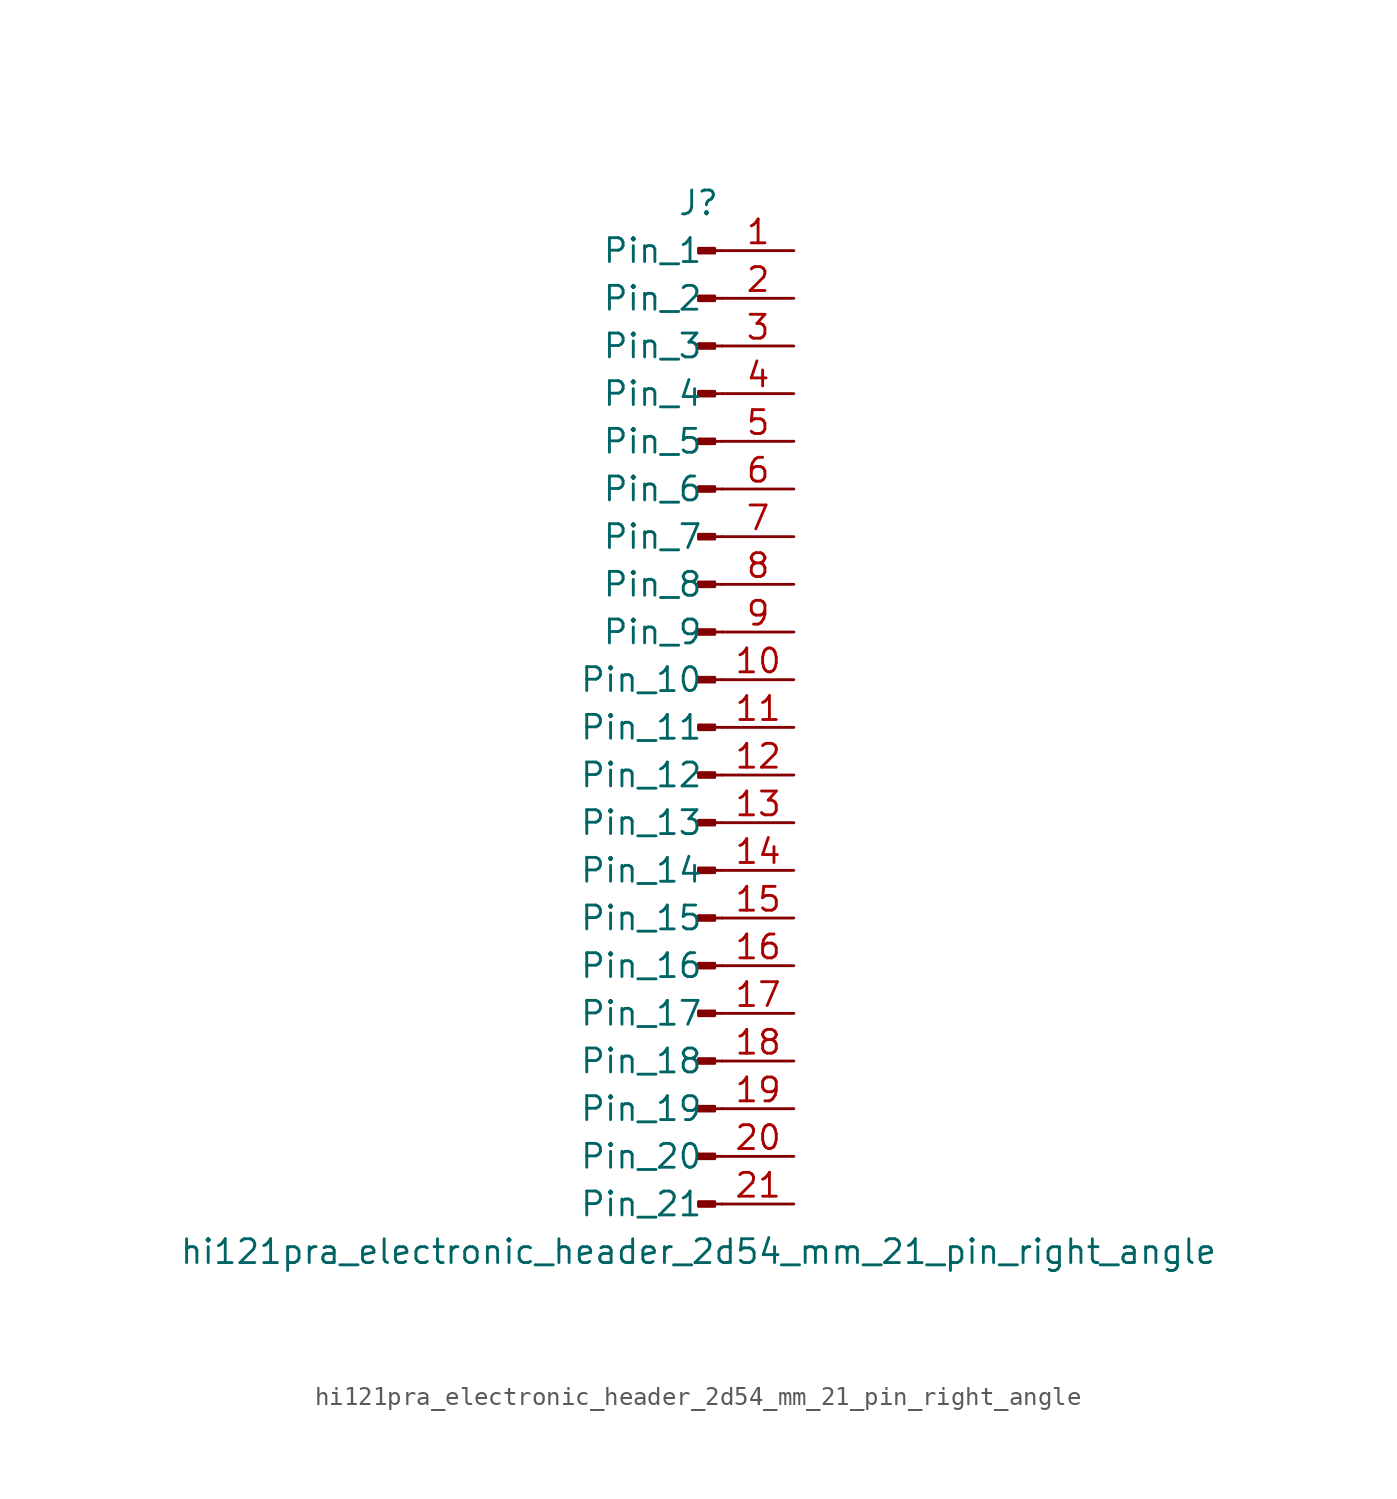
<source format=kicad_sym>
(kicad_symbol_lib
  (version 20220914)
  (generator kicad_symbol_editor)
  (symbol "hi121pra_electronic_header_2d54_mm_21_pin_right_angle"
    (pin_names
      (offset 1.016))
    (property "Reference" "J"
      (at 0 27.94 0)
      (effects (font (size 1.27 1.27))))
    (property "Value" "hi121pra_electronic_header_2d54_mm_21_pin_right_angle"
      (at 0 -27.94 0)
      (effects (font (size 1.27 1.27))))
    (property "ki_locked" ""
      (at 0 0 0)
      (effects (font (size 1.27 1.27))))
    (symbol "hi121pra_electronic_header_2d54_mm_21_pin_right_angle_1_1"
      (polyline (pts (xy 1.27 -25.4) (xy 0.864 -25.4)) (stroke (width 0.152) (type default)) (fill (type none)))
      (polyline (pts (xy 1.27 -22.86) (xy 0.864 -22.86)) (stroke (width 0.152) (type default)) (fill (type none)))
      (polyline (pts (xy 1.27 -20.32) (xy 0.864 -20.32)) (stroke (width 0.152) (type default)) (fill (type none)))
      (polyline (pts (xy 1.27 -17.78) (xy 0.864 -17.78)) (stroke (width 0.152) (type default)) (fill (type none)))
      (polyline (pts (xy 1.27 -15.24) (xy 0.864 -15.24)) (stroke (width 0.152) (type default)) (fill (type none)))
      (polyline (pts (xy 1.27 -12.7) (xy 0.864 -12.7)) (stroke (width 0.152) (type default)) (fill (type none)))
      (polyline (pts (xy 1.27 -10.16) (xy 0.864 -10.16)) (stroke (width 0.152) (type default)) (fill (type none)))
      (polyline (pts (xy 1.27 -7.62) (xy 0.864 -7.62)) (stroke (width 0.152) (type default)) (fill (type none)))
      (polyline (pts (xy 1.27 -5.08) (xy 0.864 -5.08)) (stroke (width 0.152) (type default)) (fill (type none)))
      (polyline (pts (xy 1.27 -2.54) (xy 0.864 -2.54)) (stroke (width 0.152) (type default)) (fill (type none)))
      (polyline (pts (xy 1.27 0) (xy 0.864 0)) (stroke (width 0.152) (type default)) (fill (type none)))
      (polyline (pts (xy 1.27 2.54) (xy 0.864 2.54)) (stroke (width 0.152) (type default)) (fill (type none)))
      (polyline (pts (xy 1.27 5.08) (xy 0.864 5.08)) (stroke (width 0.152) (type default)) (fill (type none)))
      (polyline (pts (xy 1.27 7.62) (xy 0.864 7.62)) (stroke (width 0.152) (type default)) (fill (type none)))
      (polyline (pts (xy 1.27 10.16) (xy 0.864 10.16)) (stroke (width 0.152) (type default)) (fill (type none)))
      (polyline (pts (xy 1.27 12.7) (xy 0.864 12.7)) (stroke (width 0.152) (type default)) (fill (type none)))
      (polyline (pts (xy 1.27 15.24) (xy 0.864 15.24)) (stroke (width 0.152) (type default)) (fill (type none)))
      (polyline (pts (xy 1.27 17.78) (xy 0.864 17.78)) (stroke (width 0.152) (type default)) (fill (type none)))
      (polyline (pts (xy 1.27 20.32) (xy 0.864 20.32)) (stroke (width 0.152) (type default)) (fill (type none)))
      (polyline (pts (xy 1.27 22.86) (xy 0.864 22.86)) (stroke (width 0.152) (type default)) (fill (type none)))
      (polyline (pts (xy 1.27 25.4) (xy 0.864 25.4)) (stroke (width 0.152) (type default)) (fill (type none)))
      (rectangle (start 0.864 -25.273) (end 0 -25.527) (stroke (width 0.152) (type default)) (fill (type outline)))
      (rectangle (start 0.864 -22.733) (end 0 -22.987) (stroke (width 0.152) (type default)) (fill (type outline)))
      (rectangle (start 0.864 -20.193) (end 0 -20.447) (stroke (width 0.152) (type default)) (fill (type outline)))
      (rectangle (start 0.864 -17.653) (end 0 -17.907) (stroke (width 0.152) (type default)) (fill (type outline)))
      (rectangle (start 0.864 -15.113) (end 0 -15.367) (stroke (width 0.152) (type default)) (fill (type outline)))
      (rectangle (start 0.864 -12.573) (end 0 -12.827) (stroke (width 0.152) (type default)) (fill (type outline)))
      (rectangle (start 0.864 -10.033) (end 0 -10.287) (stroke (width 0.152) (type default)) (fill (type outline)))
      (rectangle (start 0.864 -7.493) (end 0 -7.747) (stroke (width 0.152) (type default)) (fill (type outline)))
      (rectangle (start 0.864 -4.953) (end 0 -5.207) (stroke (width 0.152) (type default)) (fill (type outline)))
      (rectangle (start 0.864 -2.413) (end 0 -2.667) (stroke (width 0.152) (type default)) (fill (type outline)))
      (rectangle (start 0.864 0.127) (end 0 -0.127) (stroke (width 0.152) (type default)) (fill (type outline)))
      (rectangle (start 0.864 2.667) (end 0 2.413) (stroke (width 0.152) (type default)) (fill (type outline)))
      (rectangle (start 0.864 5.207) (end 0 4.953) (stroke (width 0.152) (type default)) (fill (type outline)))
      (rectangle (start 0.864 7.747) (end 0 7.493) (stroke (width 0.152) (type default)) (fill (type outline)))
      (rectangle (start 0.864 10.287) (end 0 10.033) (stroke (width 0.152) (type default)) (fill (type outline)))
      (rectangle (start 0.864 12.827) (end 0 12.573) (stroke (width 0.152) (type default)) (fill (type outline)))
      (rectangle (start 0.864 15.367) (end 0 15.113) (stroke (width 0.152) (type default)) (fill (type outline)))
      (rectangle (start 0.864 17.907) (end 0 17.653) (stroke (width 0.152) (type default)) (fill (type outline)))
      (rectangle (start 0.864 20.447) (end 0 20.193) (stroke (width 0.152) (type default)) (fill (type outline)))
      (rectangle (start 0.864 22.987) (end 0 22.733) (stroke (width 0.152) (type default)) (fill (type outline)))
      (rectangle (start 0.864 25.527) (end 0 25.273) (stroke (width 0.152) (type default)) (fill (type outline)))
      (pin passive line (at 5.08 25.4 180) (length 3.81) (name "Pin_1" (effects (font (size 1.27 1.27)))) (number "1" (effects (font (size 1.27 1.27)))))
      (pin passive line (at 5.08 2.54 180) (length 3.81) (name "Pin_10" (effects (font (size 1.27 1.27)))) (number "10" (effects (font (size 1.27 1.27)))))
      (pin passive line (at 5.08 0 180) (length 3.81) (name "Pin_11" (effects (font (size 1.27 1.27)))) (number "11" (effects (font (size 1.27 1.27)))))
      (pin passive line (at 5.08 -2.54 180) (length 3.81) (name "Pin_12" (effects (font (size 1.27 1.27)))) (number "12" (effects (font (size 1.27 1.27)))))
      (pin passive line (at 5.08 -5.08 180) (length 3.81) (name "Pin_13" (effects (font (size 1.27 1.27)))) (number "13" (effects (font (size 1.27 1.27)))))
      (pin passive line (at 5.08 -7.62 180) (length 3.81) (name "Pin_14" (effects (font (size 1.27 1.27)))) (number "14" (effects (font (size 1.27 1.27)))))
      (pin passive line (at 5.08 -10.16 180) (length 3.81) (name "Pin_15" (effects (font (size 1.27 1.27)))) (number "15" (effects (font (size 1.27 1.27)))))
      (pin passive line (at 5.08 -12.7 180) (length 3.81) (name "Pin_16" (effects (font (size 1.27 1.27)))) (number "16" (effects (font (size 1.27 1.27)))))
      (pin passive line (at 5.08 -15.24 180) (length 3.81) (name "Pin_17" (effects (font (size 1.27 1.27)))) (number "17" (effects (font (size 1.27 1.27)))))
      (pin passive line (at 5.08 -17.78 180) (length 3.81) (name "Pin_18" (effects (font (size 1.27 1.27)))) (number "18" (effects (font (size 1.27 1.27)))))
      (pin passive line (at 5.08 -20.32 180) (length 3.81) (name "Pin_19" (effects (font (size 1.27 1.27)))) (number "19" (effects (font (size 1.27 1.27)))))
      (pin passive line (at 5.08 22.86 180) (length 3.81) (name "Pin_2" (effects (font (size 1.27 1.27)))) (number "2" (effects (font (size 1.27 1.27)))))
      (pin passive line (at 5.08 -22.86 180) (length 3.81) (name "Pin_20" (effects (font (size 1.27 1.27)))) (number "20" (effects (font (size 1.27 1.27)))))
      (pin passive line (at 5.08 -25.4 180) (length 3.81) (name "Pin_21" (effects (font (size 1.27 1.27)))) (number "21" (effects (font (size 1.27 1.27)))))
      (pin passive line (at 5.08 20.32 180) (length 3.81) (name "Pin_3" (effects (font (size 1.27 1.27)))) (number "3" (effects (font (size 1.27 1.27)))))
      (pin passive line (at 5.08 17.78 180) (length 3.81) (name "Pin_4" (effects (font (size 1.27 1.27)))) (number "4" (effects (font (size 1.27 1.27)))))
      (pin passive line (at 5.08 15.24 180) (length 3.81) (name "Pin_5" (effects (font (size 1.27 1.27)))) (number "5" (effects (font (size 1.27 1.27)))))
      (pin passive line (at 5.08 12.7 180) (length 3.81) (name "Pin_6" (effects (font (size 1.27 1.27)))) (number "6" (effects (font (size 1.27 1.27)))))
      (pin passive line (at 5.08 10.16 180) (length 3.81) (name "Pin_7" (effects (font (size 1.27 1.27)))) (number "7" (effects (font (size 1.27 1.27)))))
      (pin passive line (at 5.08 7.62 180) (length 3.81) (name "Pin_8" (effects (font (size 1.27 1.27)))) (number "8" (effects (font (size 1.27 1.27)))))
      (pin passive line (at 5.08 5.08 180) (length 3.81) (name "Pin_9" (effects (font (size 1.27 1.27)))) (number "9" (effects (font (size 1.27 1.27))))))))
</source>
